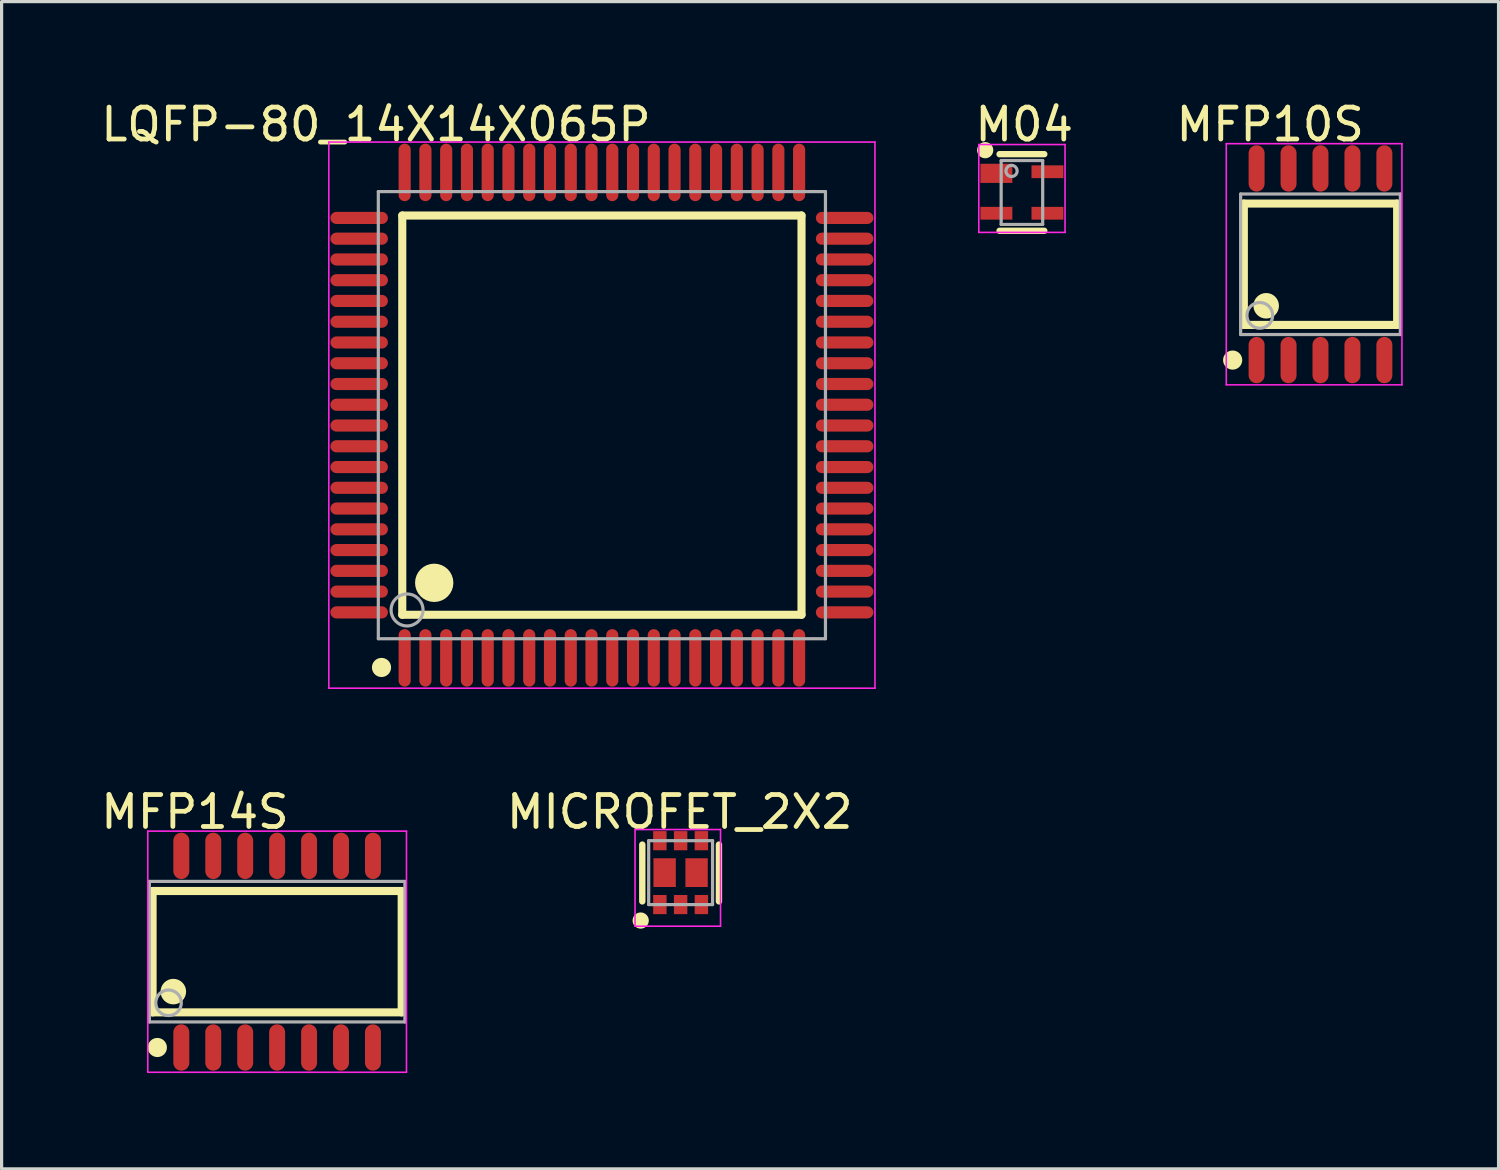
<source format=kicad_pcb>
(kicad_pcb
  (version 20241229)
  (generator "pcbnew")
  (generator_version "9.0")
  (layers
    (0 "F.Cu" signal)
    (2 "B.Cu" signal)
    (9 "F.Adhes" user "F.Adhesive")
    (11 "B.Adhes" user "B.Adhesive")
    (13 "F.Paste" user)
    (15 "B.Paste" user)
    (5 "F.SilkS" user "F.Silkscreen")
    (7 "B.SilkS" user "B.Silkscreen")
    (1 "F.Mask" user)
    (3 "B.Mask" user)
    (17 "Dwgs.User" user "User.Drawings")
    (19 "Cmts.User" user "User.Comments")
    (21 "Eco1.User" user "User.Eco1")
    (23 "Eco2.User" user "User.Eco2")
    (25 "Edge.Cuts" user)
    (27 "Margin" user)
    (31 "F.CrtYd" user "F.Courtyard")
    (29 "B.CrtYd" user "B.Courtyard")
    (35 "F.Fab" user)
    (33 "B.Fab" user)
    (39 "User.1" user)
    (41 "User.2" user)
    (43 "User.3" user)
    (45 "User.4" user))
  (footprint "M04"
    (layer "F.Cu")
    (at 28.946 2.977)
    (property "Reference" "M04" (at 0.072 -2.128 0) (layer "F.SilkS") (effects (font (size 1 1) (thickness 0.15))))
    (attr through_hole)
    (fp_line (start -0.7 -1.2) (end 0.7 -1.2) (stroke (width 0.2) (type solid)) (layer "F.SilkS"))
    (fp_line (start -0.7 1.2) (end 0.7 1.2) (stroke (width 0.2) (type solid)) (layer "F.SilkS"))
    (fp_circle (center -1.15 -1.325) (end -1.023 -1.325) (stroke (width 0.254) (type solid)) (fill no) (layer "F.SilkS"))
    (fp_line (start -1.35 -1.502) (end 1.35 -1.502) (stroke (width 0.05) (type solid)) (layer "F.CrtYd"))
    (fp_line (start -1.35 1.25) (end -1.35 -1.502) (stroke (width 0.05) (type solid)) (layer "F.CrtYd"))
    (fp_line (start 1.35 -1.502) (end 1.35 1.25) (stroke (width 0.05) (type solid)) (layer "F.CrtYd"))
    (fp_line (start 1.35 1.25) (end -1.35 1.25) (stroke (width 0.05) (type solid)) (layer "F.CrtYd"))
    (fp_line (start -0.65 -1) (end 0.65 -1) (stroke (width 0.1) (type solid)) (layer "F.Fab"))
    (fp_line (start -0.65 1) (end -0.65 -1) (stroke (width 0.1) (type solid)) (layer "F.Fab"))
    (fp_line (start -0.65 1) (end 0.65 1) (stroke (width 0.1) (type solid)) (layer "F.Fab"))
    (fp_line (start 0.65 1) (end 0.65 -1) (stroke (width 0.1) (type solid)) (layer "F.Fab"))
    (fp_circle (center -0.325 -0.675) (end -0.15 -0.675) (stroke (width 0.1) (type solid)) (fill no) (layer "F.Fab"))
    (pad "1" smd rect (at -0.8 0.65) (size 1 0.4) (layers "F.Cu" "F.Mask" "F.Paste"))
    (pad "2" smd rect (at -0.8 -0.6) (size 1 0.6) (layers "F.Cu" "F.Mask" "F.Paste"))
    (pad "3" smd rect (at 0.8 -0.65) (size 1 0.4) (layers "F.Cu" "F.Mask" "F.Paste"))
    (pad "4" smd rect (at 0.8 0.65) (size 1 0.4) (layers "F.Cu" "F.Mask" "F.Paste")))
  (footprint "MFP14S"
    (layer "F.Cu")
    (at 5.627 26.747)
    (property "Reference" "MFP14S" (at -2.574 -4.376 0) (layer "F.SilkS") (effects (font (size 1 1) (thickness 0.15))))
    (attr through_hole)
    (fp_line (start -3.9 -1.9) (end 3.9 -1.9) (stroke (width 0.254) (type solid)) (layer "F.SilkS"))
    (fp_line (start -3.9 1.9) (end -3.9 -1.9) (stroke (width 0.254) (type solid)) (layer "F.SilkS"))
    (fp_line (start -3.9 1.9) (end 3.9 1.9) (stroke (width 0.254) (type solid)) (layer "F.SilkS"))
    (fp_line (start 3.9 1.9) (end 3.9 -1.9) (stroke (width 0.254) (type solid)) (layer "F.SilkS"))
    (fp_circle (center -3.75 3) (end -3.6 3) (stroke (width 0.3) (type solid)) (fill no) (layer "F.SilkS"))
    (fp_circle (center -3.25 1.25) (end -3.05 1.25) (stroke (width 0.4) (type solid)) (fill no) (layer "F.SilkS"))
    (fp_line (start -4.05 -3.775) (end 4.05 -3.775) (stroke (width 0.05) (type solid)) (layer "F.CrtYd"))
    (fp_line (start -4.05 3.775) (end -4.05 -3.775) (stroke (width 0.05) (type solid)) (layer "F.CrtYd"))
    (fp_line (start 4.05 -3.775) (end 4.05 3.775) (stroke (width 0.05) (type solid)) (layer "F.CrtYd"))
    (fp_line (start 4.05 3.775) (end -4.05 3.775) (stroke (width 0.05) (type solid)) (layer "F.CrtYd"))
    (fp_line (start -4 -2.2) (end 4 -2.2) (stroke (width 0.1) (type solid)) (layer "F.Fab"))
    (fp_line (start -4 2.2) (end -4 -2.2) (stroke (width 0.1) (type solid)) (layer "F.Fab"))
    (fp_line (start -4 2.2) (end 4 2.2) (stroke (width 0.1) (type solid)) (layer "F.Fab"))
    (fp_line (start 4 2.2) (end 4 -2.2) (stroke (width 0.1) (type solid)) (layer "F.Fab"))
    (fp_circle (center -3.4 1.6) (end -3 1.6) (stroke (width 0.1) (type solid)) (fill no) (layer "F.Fab"))
    (pad "1" smd oval (at -3 3 90) (size 1.45 0.5) (layers "F.Cu" "F.Mask" "F.Paste"))
    (pad "2" smd oval (at -2 3 90) (size 1.45 0.5) (layers "F.Cu" "F.Mask" "F.Paste"))
    (pad "3" smd oval (at -1 3 90) (size 1.45 0.5) (layers "F.Cu" "F.Mask" "F.Paste"))
    (pad "4" smd oval (at 0 3 90) (size 1.45 0.5) (layers "F.Cu" "F.Mask" "F.Paste"))
    (pad "5" smd oval (at 1 3 90) (size 1.45 0.5) (layers "F.Cu" "F.Mask" "F.Paste"))
    (pad "6" smd oval (at 2 3 90) (size 1.45 0.5) (layers "F.Cu" "F.Mask" "F.Paste"))
    (pad "7" smd oval (at 3 3 90) (size 1.45 0.5) (layers "F.Cu" "F.Mask" "F.Paste"))
    (pad "8" smd oval (at 3 -3 90) (size 1.45 0.5) (layers "F.Cu" "F.Mask" "F.Paste"))
    (pad "9" smd oval (at 2 -3 90) (size 1.45 0.5) (layers "F.Cu" "F.Mask" "F.Paste"))
    (pad "10" smd oval (at 1 -3 90) (size 1.45 0.5) (layers "F.Cu" "F.Mask" "F.Paste"))
    (pad "11" smd oval (at 0 -3 90) (size 1.45 0.5) (layers "F.Cu" "F.Mask" "F.Paste"))
    (pad "12" smd oval (at -1 -3 90) (size 1.45 0.5) (layers "F.Cu" "F.Mask" "F.Paste"))
    (pad "13" smd oval (at -2 -3 90) (size 1.45 0.5) (layers "F.Cu" "F.Mask" "F.Paste"))
    (pad "14" smd oval (at -3 -3 90) (size 1.45 0.5) (layers "F.Cu" "F.Mask" "F.Paste")))
  (footprint "MICROFET_2X2"
    (layer "F.Cu")
    (at 18.26 24.272)
    (property "Reference" "MICROFET_2X2" (at -0.028 -1.9 0) (layer "F.SilkS") (effects (font (size 1 1) (thickness 0.15))))
    (attr through_hole)
    (fp_line (start -1.2 0.9) (end -1.2 -0.878) (stroke (width 0.2) (type solid)) (layer "F.SilkS"))
    (fp_line (start 1.2 0.9) (end 1.2 -0.878) (stroke (width 0.2) (type solid)) (layer "F.SilkS"))
    (fp_circle (center -1.25 1.5) (end -1.123 1.5) (stroke (width 0.254) (type solid)) (fill no) (layer "F.SilkS"))
    (fp_line (start -1.427 -1.35) (end 1.25 -1.35) (stroke (width 0.05) (type solid)) (layer "F.CrtYd"))
    (fp_line (start -1.427 1.677) (end -1.427 -1.35) (stroke (width 0.05) (type solid)) (layer "F.CrtYd"))
    (fp_line (start 1.25 -1.35) (end 1.25 1.677) (stroke (width 0.05) (type solid)) (layer "F.CrtYd"))
    (fp_line (start 1.25 1.677) (end -1.427 1.677) (stroke (width 0.05) (type solid)) (layer "F.CrtYd"))
    (fp_line (start -1 -1) (end 1 -1) (stroke (width 0.1) (type solid)) (layer "F.Fab"))
    (fp_line (start -1 1) (end -1 -1) (stroke (width 0.1) (type solid)) (layer "F.Fab"))
    (fp_line (start -1 1) (end 1 1) (stroke (width 0.1) (type solid)) (layer "F.Fab"))
    (fp_line (start 1 1) (end 1 -1) (stroke (width 0.1) (type solid)) (layer "F.Fab"))
    (pad "1" smd rect (at -0.65 1) (size 0.42 0.6) (layers "F.Cu" "F.Mask" "F.Paste"))
    (pad "2" smd rect (at 0 1) (size 0.42 0.6) (layers "F.Cu" "F.Mask" "F.Paste"))
    (pad "3" smd rect (at 0.5 0) (size 0.7 0.9) (layers "F.Cu" "F.Mask" "F.Paste"))
    (pad "3" smd rect (at 0.65 1) (size 0.42 0.6) (layers "F.Cu" "F.Mask" "F.Paste"))
    (pad "4" smd rect (at 0.65 -1) (size 0.42 0.6) (layers "F.Cu" "F.Mask" "F.Paste"))
    (pad "5" smd rect (at 0 -1) (size 0.42 0.6) (layers "F.Cu" "F.Mask" "F.Paste"))
    (pad "6" smd rect (at -0.65 -1) (size 0.42 0.6) (layers "F.Cu" "F.Mask" "F.Paste"))
    (pad "6" smd rect (at -0.5 0) (size 0.7 0.9) (layers "F.Cu" "F.Mask" "F.Paste")))
  (footprint "MFP10S"
    (layer "F.Cu")
    (at 38.294 5.224)
    (property "Reference" "MFP10S" (at -1.574 -4.376 0) (layer "F.SilkS") (effects (font (size 1 1) (thickness 0.15))))
    (attr through_hole)
    (fp_line (start -2.4 -1.9) (end 2.4 -1.9) (stroke (width 0.254) (type solid)) (layer "F.SilkS"))
    (fp_line (start -2.4 1.9) (end -2.4 -1.9) (stroke (width 0.254) (type solid)) (layer "F.SilkS"))
    (fp_line (start -2.4 1.9) (end 2.4 1.9) (stroke (width 0.254) (type solid)) (layer "F.SilkS"))
    (fp_line (start 2.4 1.9) (end 2.4 -1.9) (stroke (width 0.254) (type solid)) (layer "F.SilkS"))
    (fp_circle (center -2.75 3) (end -2.6 3) (stroke (width 0.3) (type solid)) (fill no) (layer "F.SilkS"))
    (fp_circle (center -1.7 1.3) (end -1.5 1.3) (stroke (width 0.4) (type solid)) (fill no) (layer "F.SilkS"))
    (fp_line (start -2.95 -3.775) (end 2.55 -3.775) (stroke (width 0.05) (type solid)) (layer "F.CrtYd"))
    (fp_line (start -2.95 3.775) (end -2.95 -3.775) (stroke (width 0.05) (type solid)) (layer "F.CrtYd"))
    (fp_line (start 2.55 -3.775) (end 2.55 3.775) (stroke (width 0.05) (type solid)) (layer "F.CrtYd"))
    (fp_line (start 2.55 3.775) (end -2.95 3.775) (stroke (width 0.05) (type solid)) (layer "F.CrtYd"))
    (fp_line (start -2.5 -2.2) (end 2.5 -2.2) (stroke (width 0.1) (type solid)) (layer "F.Fab"))
    (fp_line (start -2.5 2.2) (end -2.5 -2.2) (stroke (width 0.1) (type solid)) (layer "F.Fab"))
    (fp_line (start -2.5 2.2) (end 2.5 2.2) (stroke (width 0.1) (type solid)) (layer "F.Fab"))
    (fp_line (start 2.5 2.2) (end 2.5 -2.2) (stroke (width 0.1) (type solid)) (layer "F.Fab"))
    (fp_circle (center -1.9 1.6) (end -1.497 1.6) (stroke (width 0.1) (type solid)) (fill no) (layer "F.Fab"))
    (pad "1" smd oval (at -2 3 90) (size 1.45 0.5) (layers "F.Cu" "F.Mask" "F.Paste"))
    (pad "2" smd oval (at -1 3 90) (size 1.45 0.5) (layers "F.Cu" "F.Mask" "F.Paste"))
    (pad "3" smd oval (at 0 3 90) (size 1.45 0.5) (layers "F.Cu" "F.Mask" "F.Paste"))
    (pad "4" smd oval (at 1 3 90) (size 1.45 0.5) (layers "F.Cu" "F.Mask" "F.Paste"))
    (pad "5" smd oval (at 2 3 90) (size 1.45 0.5) (layers "F.Cu" "F.Mask" "F.Paste"))
    (pad "6" smd oval (at 2 -3 90) (size 1.45 0.5) (layers "F.Cu" "F.Mask" "F.Paste"))
    (pad "7" smd oval (at 1 -3 90) (size 1.45 0.5) (layers "F.Cu" "F.Mask" "F.Paste"))
    (pad "8" smd oval (at 0 -3 90) (size 1.45 0.5) (layers "F.Cu" "F.Mask" "F.Paste"))
    (pad "9" smd oval (at -1 -3 90) (size 1.45 0.5) (layers "F.Cu" "F.Mask" "F.Paste"))
    (pad "10" smd oval (at -2 -3 90) (size 1.45 0.5) (layers "F.Cu" "F.Mask" "F.Paste")))
  (footprint "LQFP-80_14X14X065P"
    (layer "F.Cu")
    (at 15.795 9.948)
    (property "Reference" "LQFP-80_14X14X065P" (at -7.074 -9.1 0) (layer "F.SilkS") (effects (font (size 1 1) (thickness 0.15))))
    (attr through_hole)
    (fp_line (start -6.25 -6.25) (end 6.25 -6.25) (stroke (width 0.254) (type solid)) (layer "F.SilkS"))
    (fp_line (start -6.25 6.25) (end -6.25 -6.25) (stroke (width 0.254) (type solid)) (layer "F.SilkS"))
    (fp_line (start -6.25 6.25) (end 6.25 6.25) (stroke (width 0.254) (type solid)) (layer "F.SilkS"))
    (fp_line (start 6.25 6.25) (end 6.25 -6.25) (stroke (width 0.254) (type solid)) (layer "F.SilkS"))
    (fp_circle (center -6.9 7.9) (end -6.75 7.9) (stroke (width 0.3) (type solid)) (fill no) (layer "F.SilkS"))
    (fp_circle (center -5.25 5.25) (end -4.95 5.25) (stroke (width 0.6) (type solid)) (fill no) (layer "F.SilkS"))
    (fp_line (start -8.55 -8.55) (end 8.55 -8.55) (stroke (width 0.05) (type solid)) (layer "F.CrtYd"))
    (fp_line (start -8.55 8.55) (end -8.55 -8.55) (stroke (width 0.05) (type solid)) (layer "F.CrtYd"))
    (fp_line (start 8.55 -8.55) (end 8.55 8.55) (stroke (width 0.05) (type solid)) (layer "F.CrtYd"))
    (fp_line (start 8.55 8.55) (end -8.55 8.55) (stroke (width 0.05) (type solid)) (layer "F.CrtYd"))
    (fp_line (start -7 -7) (end 7 -7) (stroke (width 0.1) (type solid)) (layer "F.Fab"))
    (fp_line (start -7 7) (end -7 -7) (stroke (width 0.1) (type solid)) (layer "F.Fab"))
    (fp_line (start -7 7) (end 7 7) (stroke (width 0.1) (type solid)) (layer "F.Fab"))
    (fp_line (start 7 7) (end 7 -7) (stroke (width 0.1) (type solid)) (layer "F.Fab"))
    (fp_circle (center -6.1 6.1) (end -5.6 6.1) (stroke (width 0.1) (type solid)) (fill no) (layer "F.Fab"))
    (pad "1" smd oval (at -6.175 7.6) (size 0.38 1.8) (layers "F.Cu" "F.Mask" "F.Paste"))
    (pad "2" smd oval (at -5.525 7.6) (size 0.38 1.8) (layers "F.Cu" "F.Mask" "F.Paste"))
    (pad "3" smd oval (at -4.875 7.6) (size 0.38 1.8) (layers "F.Cu" "F.Mask" "F.Paste"))
    (pad "4" smd oval (at -4.225 7.6) (size 0.38 1.8) (layers "F.Cu" "F.Mask" "F.Paste"))
    (pad "5" smd oval (at -3.575 7.6) (size 0.38 1.8) (layers "F.Cu" "F.Mask" "F.Paste"))
    (pad "6" smd oval (at -2.925 7.6) (size 0.38 1.8) (layers "F.Cu" "F.Mask" "F.Paste"))
    (pad "7" smd oval (at -2.275 7.6) (size 0.38 1.8) (layers "F.Cu" "F.Mask" "F.Paste"))
    (pad "8" smd oval (at -1.625 7.6) (size 0.38 1.8) (layers "F.Cu" "F.Mask" "F.Paste"))
    (pad "9" smd oval (at -0.975 7.6) (size 0.38 1.8) (layers "F.Cu" "F.Mask" "F.Paste"))
    (pad "10" smd oval (at -0.325 7.6) (size 0.38 1.8) (layers "F.Cu" "F.Mask" "F.Paste"))
    (pad "11" smd oval (at 0.325 7.6) (size 0.38 1.8) (layers "F.Cu" "F.Mask" "F.Paste"))
    (pad "12" smd oval (at 0.975 7.6) (size 0.38 1.8) (layers "F.Cu" "F.Mask" "F.Paste"))
    (pad "13" smd oval (at 1.625 7.6) (size 0.38 1.8) (layers "F.Cu" "F.Mask" "F.Paste"))
    (pad "14" smd oval (at 2.275 7.6) (size 0.38 1.8) (layers "F.Cu" "F.Mask" "F.Paste"))
    (pad "15" smd oval (at 2.925 7.6) (size 0.38 1.8) (layers "F.Cu" "F.Mask" "F.Paste"))
    (pad "16" smd oval (at 3.575 7.6) (size 0.38 1.8) (layers "F.Cu" "F.Mask" "F.Paste"))
    (pad "17" smd oval (at 4.225 7.6) (size 0.38 1.8) (layers "F.Cu" "F.Mask" "F.Paste"))
    (pad "18" smd oval (at 4.875 7.6) (size 0.38 1.8) (layers "F.Cu" "F.Mask" "F.Paste"))
    (pad "19" smd oval (at 5.525 7.6) (size 0.38 1.8) (layers "F.Cu" "F.Mask" "F.Paste"))
    (pad "20" smd oval (at 6.175 7.6) (size 0.38 1.8) (layers "F.Cu" "F.Mask" "F.Paste"))
    (pad "21" smd oval (at 7.6 6.175 90) (size 0.38 1.8) (layers "F.Cu" "F.Mask" "F.Paste"))
    (pad "22" smd oval (at 7.6 5.525 90) (size 0.38 1.8) (layers "F.Cu" "F.Mask" "F.Paste"))
    (pad "23" smd oval (at 7.6 4.875 90) (size 0.38 1.8) (layers "F.Cu" "F.Mask" "F.Paste"))
    (pad "24" smd oval (at 7.6 4.225 90) (size 0.38 1.8) (layers "F.Cu" "F.Mask" "F.Paste"))
    (pad "25" smd oval (at 7.6 3.575 90) (size 0.38 1.8) (layers "F.Cu" "F.Mask" "F.Paste"))
    (pad "26" smd oval (at 7.6 2.925 90) (size 0.38 1.8) (layers "F.Cu" "F.Mask" "F.Paste"))
    (pad "27" smd oval (at 7.6 2.275 90) (size 0.38 1.8) (layers "F.Cu" "F.Mask" "F.Paste"))
    (pad "28" smd oval (at 7.6 1.625 90) (size 0.38 1.8) (layers "F.Cu" "F.Mask" "F.Paste"))
    (pad "29" smd oval (at 7.6 0.975 90) (size 0.38 1.8) (layers "F.Cu" "F.Mask" "F.Paste"))
    (pad "30" smd oval (at 7.6 0.325 90) (size 0.38 1.8) (layers "F.Cu" "F.Mask" "F.Paste"))
    (pad "31" smd oval (at 7.6 -0.325 90) (size 0.38 1.8) (layers "F.Cu" "F.Mask" "F.Paste"))
    (pad "32" smd oval (at 7.6 -0.975 90) (size 0.38 1.8) (layers "F.Cu" "F.Mask" "F.Paste"))
    (pad "33" smd oval (at 7.6 -1.625 90) (size 0.38 1.8) (layers "F.Cu" "F.Mask" "F.Paste"))
    (pad "34" smd oval (at 7.6 -2.275 90) (size 0.38 1.8) (layers "F.Cu" "F.Mask" "F.Paste"))
    (pad "35" smd oval (at 7.6 -2.925 90) (size 0.38 1.8) (layers "F.Cu" "F.Mask" "F.Paste"))
    (pad "36" smd oval (at 7.6 -3.575 90) (size 0.38 1.8) (layers "F.Cu" "F.Mask" "F.Paste"))
    (pad "37" smd oval (at 7.6 -4.225 90) (size 0.38 1.8) (layers "F.Cu" "F.Mask" "F.Paste"))
    (pad "38" smd oval (at 7.6 -4.875 90) (size 0.38 1.8) (layers "F.Cu" "F.Mask" "F.Paste"))
    (pad "39" smd oval (at 7.6 -5.525 90) (size 0.38 1.8) (layers "F.Cu" "F.Mask" "F.Paste"))
    (pad "40" smd oval (at 7.6 -6.175 90) (size 0.38 1.8) (layers "F.Cu" "F.Mask" "F.Paste"))
    (pad "41" smd oval (at 6.175 -7.6 180) (size 0.38 1.8) (layers "F.Cu" "F.Mask" "F.Paste"))
    (pad "42" smd oval (at 5.525 -7.6 180) (size 0.38 1.8) (layers "F.Cu" "F.Mask" "F.Paste"))
    (pad "43" smd oval (at 4.875 -7.6 180) (size 0.38 1.8) (layers "F.Cu" "F.Mask" "F.Paste"))
    (pad "44" smd oval (at 4.225 -7.6 180) (size 0.38 1.8) (layers "F.Cu" "F.Mask" "F.Paste"))
    (pad "45" smd oval (at 3.575 -7.6 180) (size 0.38 1.8) (layers "F.Cu" "F.Mask" "F.Paste"))
    (pad "46" smd oval (at 2.925 -7.6 180) (size 0.38 1.8) (layers "F.Cu" "F.Mask" "F.Paste"))
    (pad "47" smd oval (at 2.275 -7.6 180) (size 0.38 1.8) (layers "F.Cu" "F.Mask" "F.Paste"))
    (pad "48" smd oval (at 1.625 -7.6 180) (size 0.38 1.8) (layers "F.Cu" "F.Mask" "F.Paste"))
    (pad "49" smd oval (at 0.975 -7.6 180) (size 0.38 1.8) (layers "F.Cu" "F.Mask" "F.Paste"))
    (pad "50" smd oval (at 0.325 -7.6 180) (size 0.38 1.8) (layers "F.Cu" "F.Mask" "F.Paste"))
    (pad "51" smd oval (at -0.325 -7.6 180) (size 0.38 1.8) (layers "F.Cu" "F.Mask" "F.Paste"))
    (pad "52" smd oval (at -0.975 -7.6 180) (size 0.38 1.8) (layers "F.Cu" "F.Mask" "F.Paste"))
    (pad "53" smd oval (at -1.625 -7.6 180) (size 0.38 1.8) (layers "F.Cu" "F.Mask" "F.Paste"))
    (pad "54" smd oval (at -2.275 -7.6 180) (size 0.38 1.8) (layers "F.Cu" "F.Mask" "F.Paste"))
    (pad "55" smd oval (at -2.925 -7.6 180) (size 0.38 1.8) (layers "F.Cu" "F.Mask" "F.Paste"))
    (pad "56" smd oval (at -3.575 -7.6 180) (size 0.38 1.8) (layers "F.Cu" "F.Mask" "F.Paste"))
    (pad "57" smd oval (at -4.225 -7.6 180) (size 0.38 1.8) (layers "F.Cu" "F.Mask" "F.Paste"))
    (pad "58" smd oval (at -4.875 -7.6 180) (size 0.38 1.8) (layers "F.Cu" "F.Mask" "F.Paste"))
    (pad "59" smd oval (at -5.525 -7.6 180) (size 0.38 1.8) (layers "F.Cu" "F.Mask" "F.Paste"))
    (pad "60" smd oval (at -6.175 -7.6 180) (size 0.38 1.8) (layers "F.Cu" "F.Mask" "F.Paste"))
    (pad "61" smd oval (at -7.6 -6.175 270) (size 0.38 1.8) (layers "F.Cu" "F.Mask" "F.Paste"))
    (pad "62" smd oval (at -7.6 -5.525 270) (size 0.38 1.8) (layers "F.Cu" "F.Mask" "F.Paste"))
    (pad "63" smd oval (at -7.6 -4.875 270) (size 0.38 1.8) (layers "F.Cu" "F.Mask" "F.Paste"))
    (pad "64" smd oval (at -7.6 -4.225 270) (size 0.38 1.8) (layers "F.Cu" "F.Mask" "F.Paste"))
    (pad "65" smd oval (at -7.6 -3.575 270) (size 0.38 1.8) (layers "F.Cu" "F.Mask" "F.Paste"))
    (pad "66" smd oval (at -7.6 -2.925 270) (size 0.38 1.8) (layers "F.Cu" "F.Mask" "F.Paste"))
    (pad "67" smd oval (at -7.6 -2.275 270) (size 0.38 1.8) (layers "F.Cu" "F.Mask" "F.Paste"))
    (pad "68" smd oval (at -7.6 -1.625 270) (size 0.38 1.8) (layers "F.Cu" "F.Mask" "F.Paste"))
    (pad "69" smd oval (at -7.6 -0.975 270) (size 0.38 1.8) (layers "F.Cu" "F.Mask" "F.Paste"))
    (pad "70" smd oval (at -7.6 -0.325 270) (size 0.38 1.8) (layers "F.Cu" "F.Mask" "F.Paste"))
    (pad "71" smd oval (at -7.6 0.325 270) (size 0.38 1.8) (layers "F.Cu" "F.Mask" "F.Paste"))
    (pad "72" smd oval (at -7.6 0.975 270) (size 0.38 1.8) (layers "F.Cu" "F.Mask" "F.Paste"))
    (pad "73" smd oval (at -7.6 1.625 270) (size 0.38 1.8) (layers "F.Cu" "F.Mask" "F.Paste"))
    (pad "74" smd oval (at -7.6 2.275 270) (size 0.38 1.8) (layers "F.Cu" "F.Mask" "F.Paste"))
    (pad "75" smd oval (at -7.6 2.925 270) (size 0.38 1.8) (layers "F.Cu" "F.Mask" "F.Paste"))
    (pad "76" smd oval (at -7.6 3.575 270) (size 0.38 1.8) (layers "F.Cu" "F.Mask" "F.Paste"))
    (pad "77" smd oval (at -7.6 4.225 270) (size 0.38 1.8) (layers "F.Cu" "F.Mask" "F.Paste"))
    (pad "78" smd oval (at -7.6 4.875 270) (size 0.38 1.8) (layers "F.Cu" "F.Mask" "F.Paste"))
    (pad "79" smd oval (at -7.6 5.525 270) (size 0.38 1.8) (layers "F.Cu" "F.Mask" "F.Paste"))
    (pad "80" smd oval (at -7.6 6.175 270) (size 0.38 1.8) (layers "F.Cu" "F.Mask" "F.Paste")))
  (gr_rect
    (start -3 -3)
    (end 43.869 33.547)
    (stroke (width 0.1) (type default))
    (fill no)
    (layer "Edge.Cuts")))
</source>
